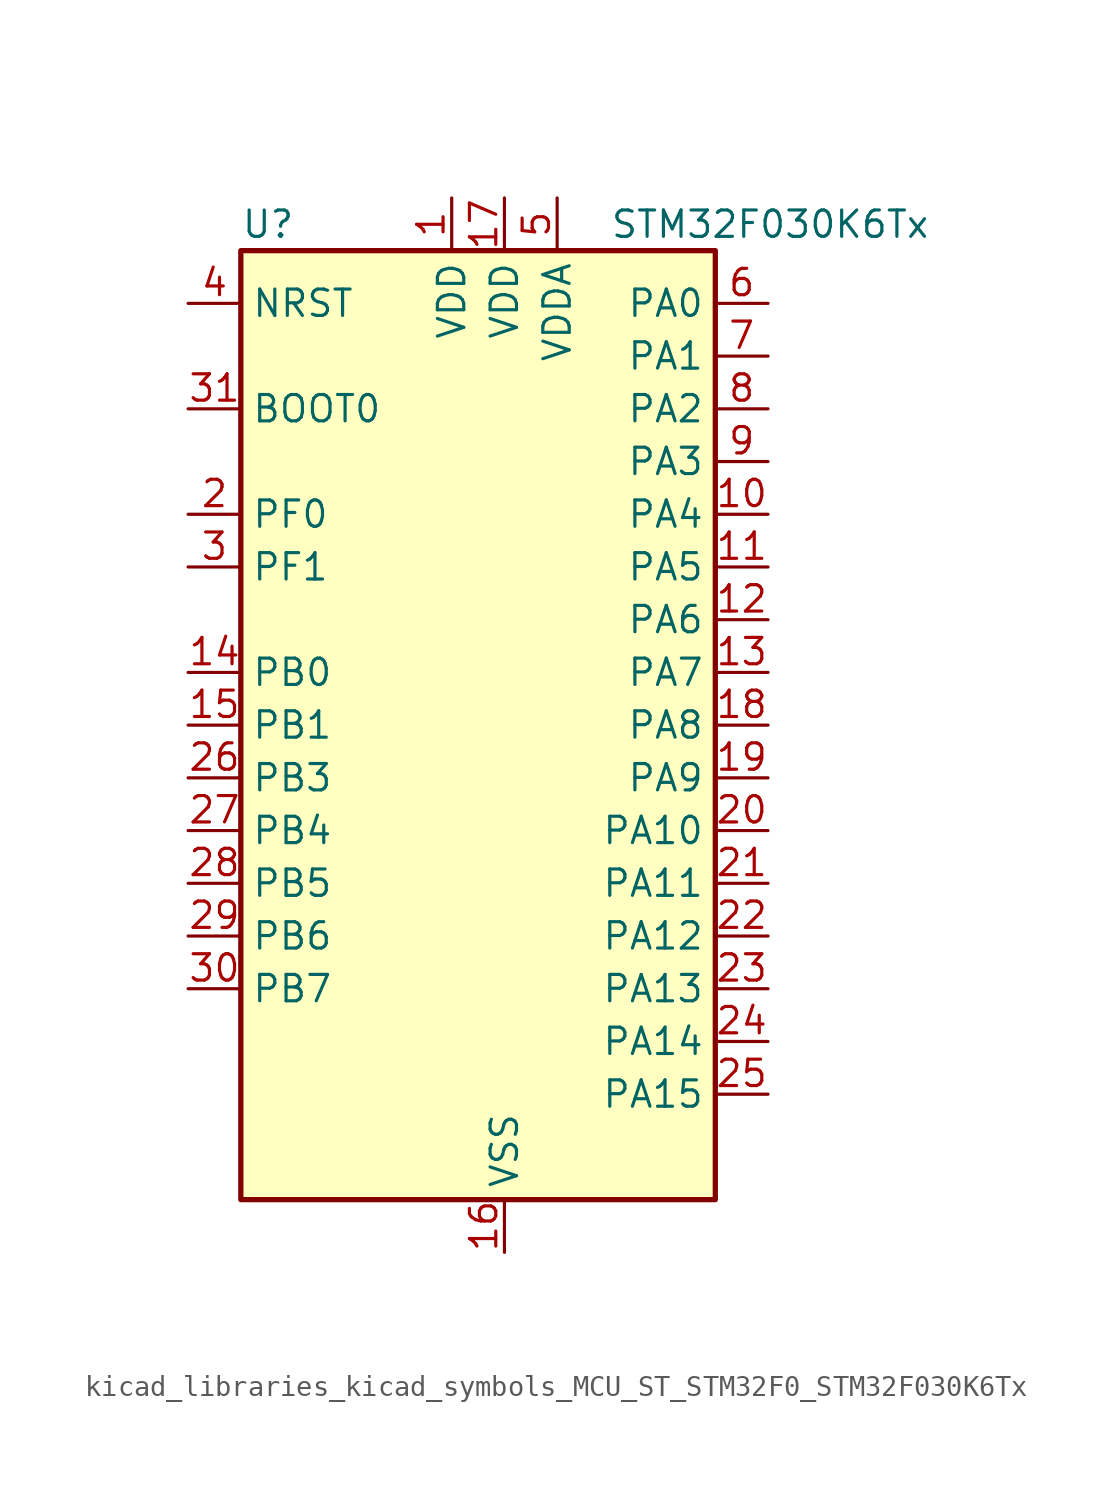
<source format=kicad_sym>
(kicad_symbol_lib
  (version 20220914)
  (generator kicad_symbol_editor)
  (symbol "kicad_libraries_kicad_symbols_MCU_ST_STM32F0_STM32F030K6Tx"
    (property "Reference" "U"
      (at -10.16 24.13 0)
      (effects (font (size 1.27 1.27)) (justify left)))
    (property "Value" "STM32F030K6Tx"
      (at 7.62 24.13 0)
      (effects (font (size 1.27 1.27)) (justify left)))
    (property "ki_locked" ""
      (at 0 0 0)
      (effects (font (size 1.27 1.27))))
    (symbol "kicad_libraries_kicad_symbols_MCU_ST_STM32F0_STM32F030K6Tx_0_1"
      (rectangle (start -10.16 -22.86) (end 12.7 22.86) (stroke (width 0.254) (type default)) (fill (type background))))
    (symbol "kicad_libraries_kicad_symbols_MCU_ST_STM32F0_STM32F030K6Tx_1_1"
      (pin power_in line (at 0 25.4 270) (length 2.54) (name "VDD" (effects (font (size 1.27 1.27)))) (number "1" (effects (font (size 1.27 1.27)))))
      (pin bidirectional line (at 15.24 10.16 180) (length 2.54) (name "PA4" (effects (font (size 1.27 1.27)))) (number "10" (effects (font (size 1.27 1.27)))) (alternate "ADC_IN4" bidirectional line) (alternate "SPI1_NSS" bidirectional line) (alternate "TIM14_CH1" bidirectional line) (alternate "USART1_CK" bidirectional line))
      (pin bidirectional line (at 15.24 7.62 180) (length 2.54) (name "PA5" (effects (font (size 1.27 1.27)))) (number "11" (effects (font (size 1.27 1.27)))) (alternate "ADC_IN5" bidirectional line) (alternate "SPI1_SCK" bidirectional line))
      (pin bidirectional line (at 15.24 5.08 180) (length 2.54) (name "PA6" (effects (font (size 1.27 1.27)))) (number "12" (effects (font (size 1.27 1.27)))) (alternate "ADC_IN6" bidirectional line) (alternate "SPI1_MISO" bidirectional line) (alternate "TIM16_CH1" bidirectional line) (alternate "TIM1_BKIN" bidirectional line) (alternate "TIM3_CH1" bidirectional line))
      (pin bidirectional line (at 15.24 2.54 180) (length 2.54) (name "PA7" (effects (font (size 1.27 1.27)))) (number "13" (effects (font (size 1.27 1.27)))) (alternate "ADC_IN7" bidirectional line) (alternate "SPI1_MOSI" bidirectional line) (alternate "TIM14_CH1" bidirectional line) (alternate "TIM17_CH1" bidirectional line) (alternate "TIM1_CH1N" bidirectional line) (alternate "TIM3_CH2" bidirectional line))
      (pin bidirectional line (at -12.7 2.54 0) (length 2.54) (name "PB0" (effects (font (size 1.27 1.27)))) (number "14" (effects (font (size 1.27 1.27)))) (alternate "ADC_IN8" bidirectional line) (alternate "TIM1_CH2N" bidirectional line) (alternate "TIM3_CH3" bidirectional line))
      (pin bidirectional line (at -12.7 0 0) (length 2.54) (name "PB1" (effects (font (size 1.27 1.27)))) (number "15" (effects (font (size 1.27 1.27)))) (alternate "ADC_IN9" bidirectional line) (alternate "TIM14_CH1" bidirectional line) (alternate "TIM1_CH3N" bidirectional line) (alternate "TIM3_CH4" bidirectional line))
      (pin power_in line (at 2.54 -25.4 90) (length 2.54) (name "VSS" (effects (font (size 1.27 1.27)))) (number "16" (effects (font (size 1.27 1.27)))))
      (pin power_in line (at 2.54 25.4 270) (length 2.54) (name "VDD" (effects (font (size 1.27 1.27)))) (number "17" (effects (font (size 1.27 1.27)))))
      (pin bidirectional line (at 15.24 0 180) (length 2.54) (name "PA8" (effects (font (size 1.27 1.27)))) (number "18" (effects (font (size 1.27 1.27)))) (alternate "RCC_MCO" bidirectional line) (alternate "TIM1_CH1" bidirectional line) (alternate "USART1_CK" bidirectional line))
      (pin bidirectional line (at 15.24 -2.54 180) (length 2.54) (name "PA9" (effects (font (size 1.27 1.27)))) (number "19" (effects (font (size 1.27 1.27)))) (alternate "I2C1_SCL" bidirectional line) (alternate "TIM1_CH2" bidirectional line) (alternate "USART1_TX" bidirectional line))
      (pin bidirectional line (at -12.7 10.16 0) (length 2.54) (name "PF0" (effects (font (size 1.27 1.27)))) (number "2" (effects (font (size 1.27 1.27)))) (alternate "RCC_OSC_IN" bidirectional line))
      (pin bidirectional line (at 15.24 -5.08 180) (length 2.54) (name "PA10" (effects (font (size 1.27 1.27)))) (number "20" (effects (font (size 1.27 1.27)))) (alternate "I2C1_SDA" bidirectional line) (alternate "TIM17_BKIN" bidirectional line) (alternate "TIM1_CH3" bidirectional line) (alternate "USART1_RX" bidirectional line))
      (pin bidirectional line (at 15.24 -7.62 180) (length 2.54) (name "PA11" (effects (font (size 1.27 1.27)))) (number "21" (effects (font (size 1.27 1.27)))) (alternate "TIM1_CH4" bidirectional line) (alternate "USART1_CTS" bidirectional line))
      (pin bidirectional line (at 15.24 -10.16 180) (length 2.54) (name "PA12" (effects (font (size 1.27 1.27)))) (number "22" (effects (font (size 1.27 1.27)))) (alternate "TIM1_ETR" bidirectional line) (alternate "USART1_DE" bidirectional line) (alternate "USART1_RTS" bidirectional line))
      (pin bidirectional line (at 15.24 -12.7 180) (length 2.54) (name "PA13" (effects (font (size 1.27 1.27)))) (number "23" (effects (font (size 1.27 1.27)))) (alternate "IR_OUT" bidirectional line) (alternate "SYS_SWDIO" bidirectional line))
      (pin bidirectional line (at 15.24 -15.24 180) (length 2.54) (name "PA14" (effects (font (size 1.27 1.27)))) (number "24" (effects (font (size 1.27 1.27)))) (alternate "SYS_SWCLK" bidirectional line) (alternate "USART1_TX" bidirectional line))
      (pin bidirectional line (at 15.24 -17.78 180) (length 2.54) (name "PA15" (effects (font (size 1.27 1.27)))) (number "25" (effects (font (size 1.27 1.27)))) (alternate "SPI1_NSS" bidirectional line) (alternate "USART1_RX" bidirectional line))
      (pin bidirectional line (at -12.7 -2.54 0) (length 2.54) (name "PB3" (effects (font (size 1.27 1.27)))) (number "26" (effects (font (size 1.27 1.27)))) (alternate "SPI1_SCK" bidirectional line))
      (pin bidirectional line (at -12.7 -5.08 0) (length 2.54) (name "PB4" (effects (font (size 1.27 1.27)))) (number "27" (effects (font (size 1.27 1.27)))) (alternate "SPI1_MISO" bidirectional line) (alternate "TIM3_CH1" bidirectional line))
      (pin bidirectional line (at -12.7 -7.62 0) (length 2.54) (name "PB5" (effects (font (size 1.27 1.27)))) (number "28" (effects (font (size 1.27 1.27)))) (alternate "I2C1_SMBA" bidirectional line) (alternate "SPI1_MOSI" bidirectional line) (alternate "TIM16_BKIN" bidirectional line) (alternate "TIM3_CH2" bidirectional line))
      (pin bidirectional line (at -12.7 -10.16 0) (length 2.54) (name "PB6" (effects (font (size 1.27 1.27)))) (number "29" (effects (font (size 1.27 1.27)))) (alternate "I2C1_SCL" bidirectional line) (alternate "TIM16_CH1N" bidirectional line) (alternate "USART1_TX" bidirectional line))
      (pin bidirectional line (at -12.7 7.62 0) (length 2.54) (name "PF1" (effects (font (size 1.27 1.27)))) (number "3" (effects (font (size 1.27 1.27)))) (alternate "RCC_OSC_OUT" bidirectional line))
      (pin bidirectional line (at -12.7 -12.7 0) (length 2.54) (name "PB7" (effects (font (size 1.27 1.27)))) (number "30" (effects (font (size 1.27 1.27)))) (alternate "I2C1_SDA" bidirectional line) (alternate "TIM17_CH1N" bidirectional line) (alternate "USART1_RX" bidirectional line))
      (pin input line (at -12.7 15.24 0) (length 2.54) (name "BOOT0" (effects (font (size 1.27 1.27)))) (number "31" (effects (font (size 1.27 1.27)))))
      (pin passive line (at 2.54 -25.4 90) (length 2.54) hide (name "VSS" (effects (font (size 1.27 1.27)))) (number "32" (effects (font (size 1.27 1.27)))))
      (pin input line (at -12.7 20.32 0) (length 2.54) (name "NRST" (effects (font (size 1.27 1.27)))) (number "4" (effects (font (size 1.27 1.27)))))
      (pin power_in line (at 5.08 25.4 270) (length 2.54) (name "VDDA" (effects (font (size 1.27 1.27)))) (number "5" (effects (font (size 1.27 1.27)))))
      (pin bidirectional line (at 15.24 20.32 180) (length 2.54) (name "PA0" (effects (font (size 1.27 1.27)))) (number "6" (effects (font (size 1.27 1.27)))) (alternate "ADC_IN0" bidirectional line) (alternate "RTC_TAMP2" bidirectional line) (alternate "SYS_WKUP1" bidirectional line) (alternate "USART1_CTS" bidirectional line))
      (pin bidirectional line (at 15.24 17.78 180) (length 2.54) (name "PA1" (effects (font (size 1.27 1.27)))) (number "7" (effects (font (size 1.27 1.27)))) (alternate "ADC_IN1" bidirectional line) (alternate "USART1_DE" bidirectional line) (alternate "USART1_RTS" bidirectional line))
      (pin bidirectional line (at 15.24 15.24 180) (length 2.54) (name "PA2" (effects (font (size 1.27 1.27)))) (number "8" (effects (font (size 1.27 1.27)))) (alternate "ADC_IN2" bidirectional line) (alternate "USART1_TX" bidirectional line))
      (pin bidirectional line (at 15.24 12.7 180) (length 2.54) (name "PA3" (effects (font (size 1.27 1.27)))) (number "9" (effects (font (size 1.27 1.27)))) (alternate "ADC_IN3" bidirectional line) (alternate "USART1_RX" bidirectional line)))))
</source>
